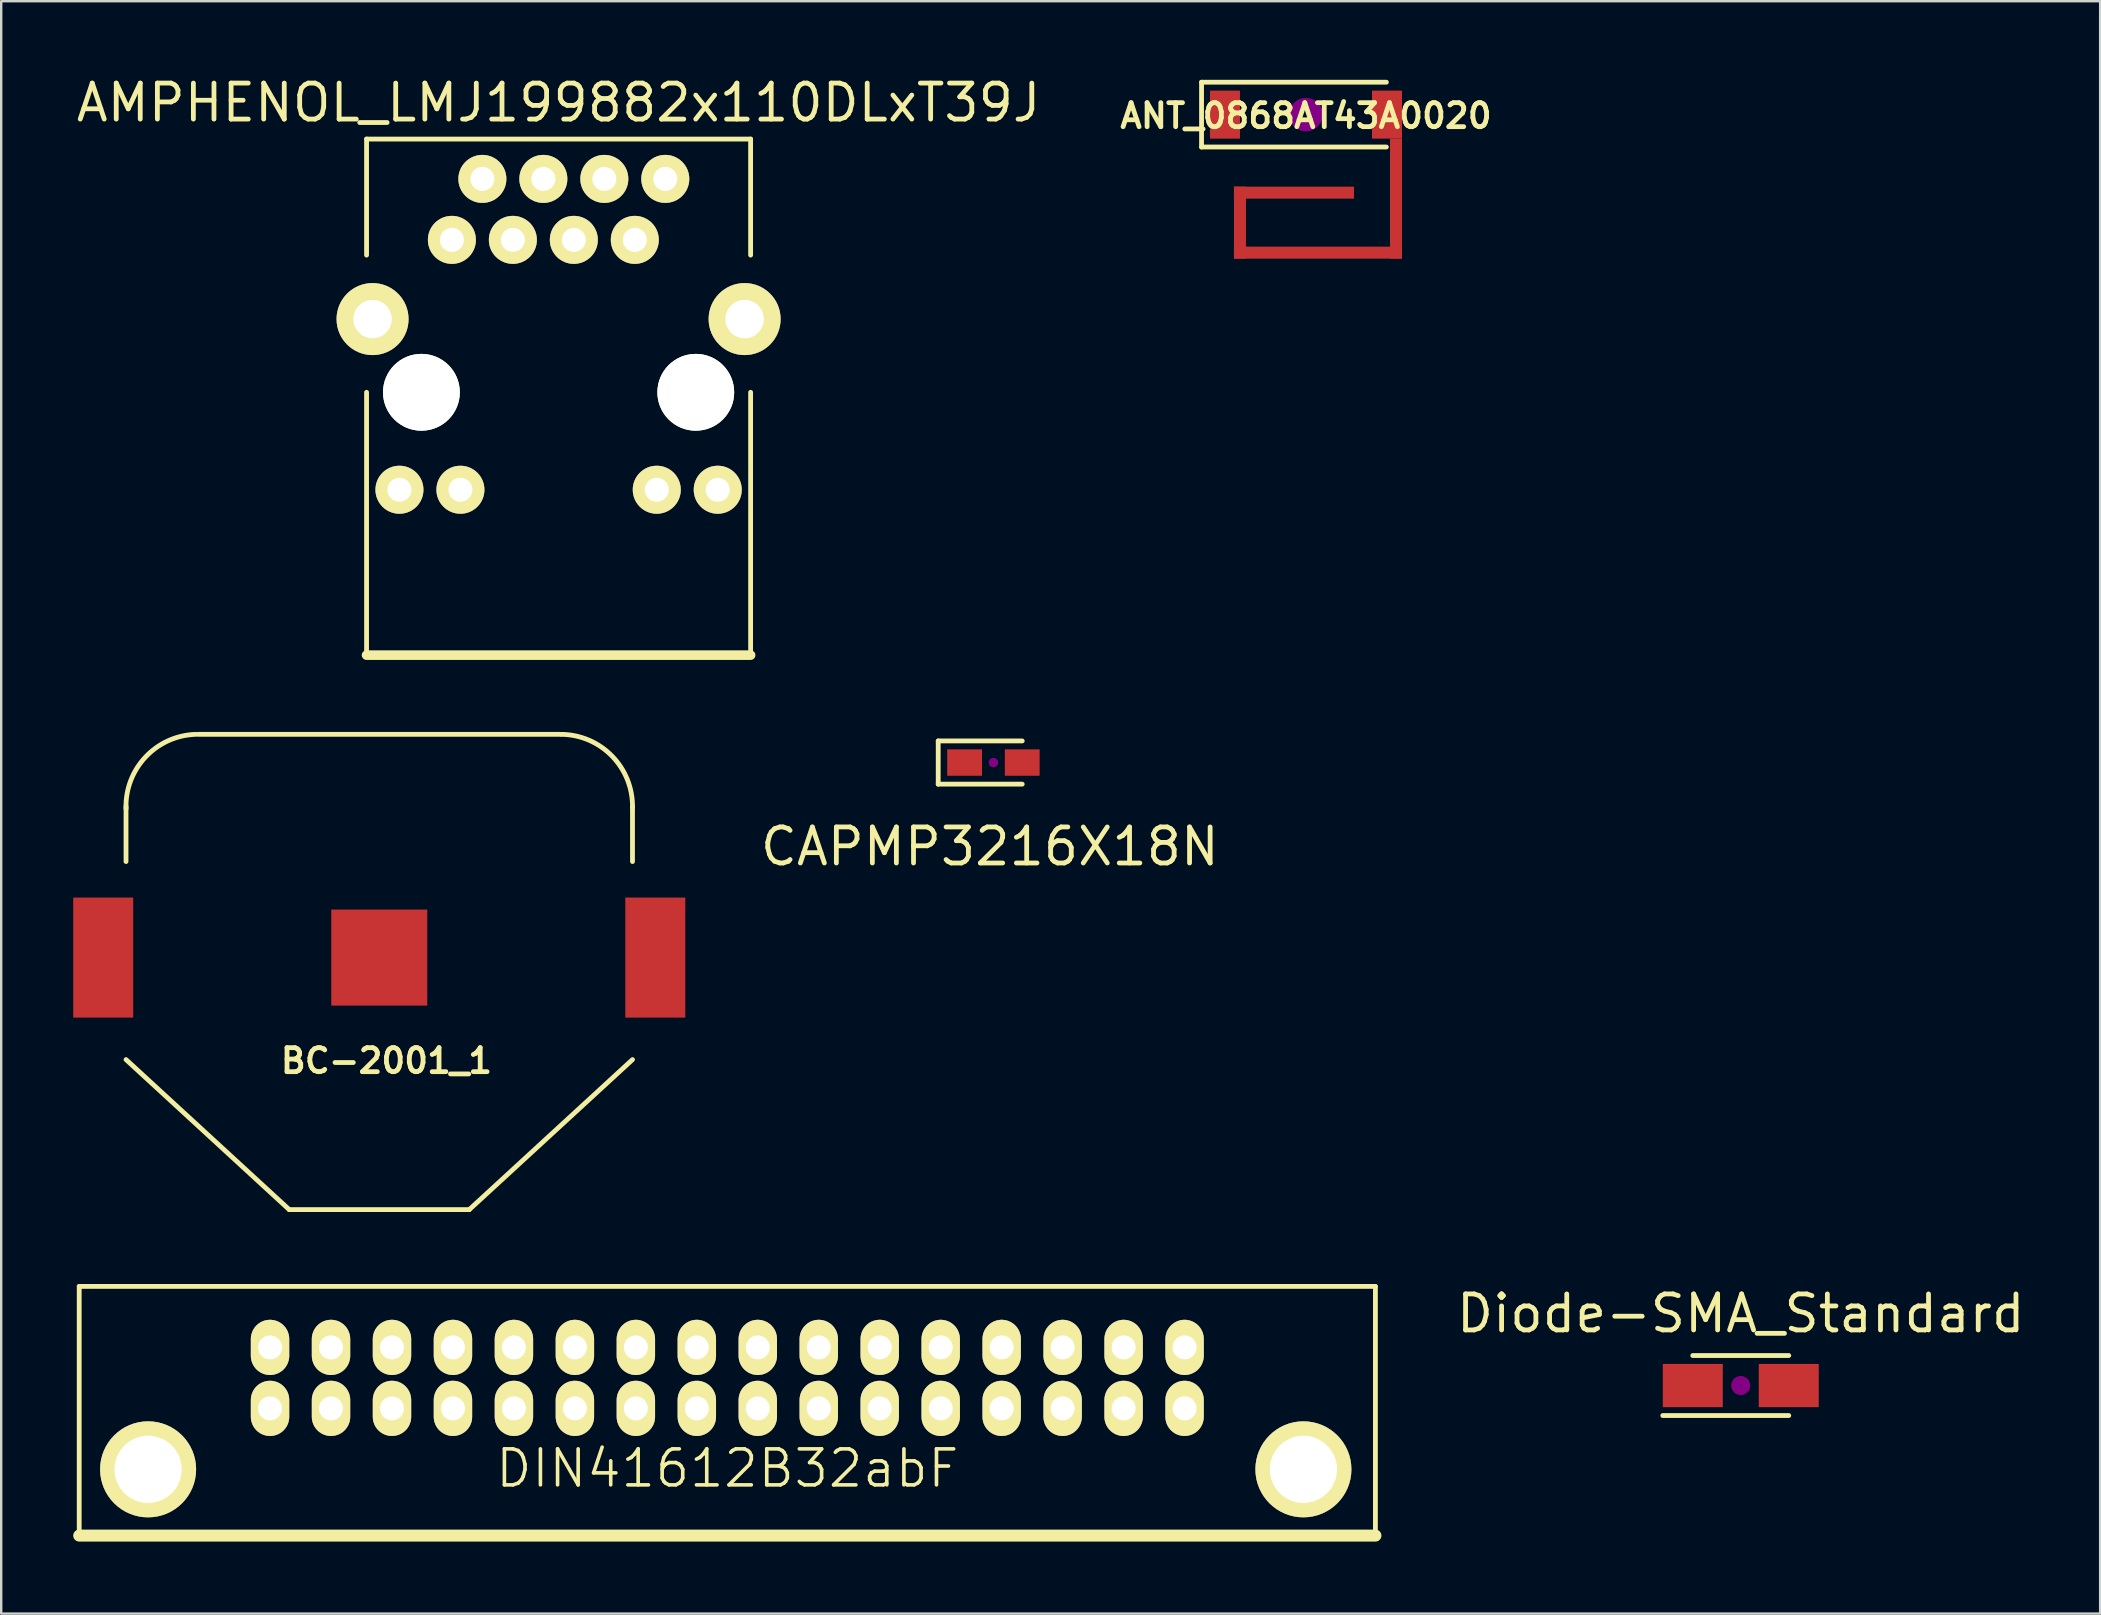
<source format=kicad_pcb>
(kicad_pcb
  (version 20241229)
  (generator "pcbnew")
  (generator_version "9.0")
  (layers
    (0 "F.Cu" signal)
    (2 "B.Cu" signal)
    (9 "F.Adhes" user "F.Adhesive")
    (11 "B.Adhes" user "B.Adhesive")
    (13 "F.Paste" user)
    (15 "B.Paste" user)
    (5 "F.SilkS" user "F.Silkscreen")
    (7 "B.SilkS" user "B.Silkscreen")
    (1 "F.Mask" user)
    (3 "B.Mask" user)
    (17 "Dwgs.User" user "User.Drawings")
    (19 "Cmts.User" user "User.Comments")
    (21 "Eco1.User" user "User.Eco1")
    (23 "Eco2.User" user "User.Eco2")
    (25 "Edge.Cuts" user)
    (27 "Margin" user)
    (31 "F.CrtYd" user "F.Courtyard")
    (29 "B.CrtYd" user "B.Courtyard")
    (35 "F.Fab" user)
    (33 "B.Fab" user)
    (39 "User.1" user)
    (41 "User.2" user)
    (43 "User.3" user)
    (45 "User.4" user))
  (footprint "CAPMP3216X18N"
    (layer "F.Cu")
    (at 38.336 28.718)
    (property "Reference" "CAPMP3216X18N" (at -0.15 3.5 0) (layer "F.SilkS") (effects (font (size 1.5 1.5) (thickness 0.2))))
    (attr through_hole)
    (fp_line (start -2.3 -0.9) (end -2.3 0.9) (stroke (width 0.2) (type solid)) (layer "F.SilkS"))
    (fp_line (start -2.3 0.9) (end 1.2 0.9) (stroke (width 0.2) (type solid)) (layer "F.SilkS"))
    (fp_line (start 1.2 -0.9) (end -2.3 -0.9) (stroke (width 0.2) (type solid)) (layer "F.SilkS"))
    (fp_circle (center 0 0) (end 0.1 0) (stroke (width 0.2) (type solid)) (fill no) (layer "F.Adhes"))
    (fp_line (start -2.65 -1.25) (end 2.65 -1.25) (stroke (width 0.05) (type solid)) (layer "Margin"))
    (fp_line (start -2.65 1.25) (end -2.65 -1.25) (stroke (width 0.05) (type solid)) (layer "Margin"))
    (fp_line (start 2.65 -1.25) (end 2.65 1.25) (stroke (width 0.05) (type solid)) (layer "Margin"))
    (fp_line (start 2.65 1.25) (end -2.65 1.25) (stroke (width 0.05) (type solid)) (layer "Margin"))
    (pad "1" smd rect (at -1.2 0) (size 1.45 1.1) (layers "F.Cu" "F.Mask" "F.Paste"))
    (pad "2" smd rect (at 1.2 0) (size 1.45 1.1) (layers "F.Cu" "F.Mask" "F.Paste")))
  (footprint "BC-2001_1"
    (layer "F.Cu")
    (at 12.75 36.843)
    (property "Reference" "BC-2001_1" (at 0.3 4.3 0) (layer "F.SilkS") (effects (font (size 1 1) (thickness 0.2))))
    (attr through_hole)
    (fp_line (start -10.55 -4) (end -10.55 -6.3) (stroke (width 0.2) (type solid)) (layer "F.SilkS"))
    (fp_line (start -10.55 4.25) (end -3.75 10.5) (stroke (width 0.2) (type solid)) (layer "F.SilkS"))
    (fp_line (start -7.55 -9.3) (end 7.55 -9.3) (stroke (width 0.2) (type solid)) (layer "F.SilkS"))
    (fp_line (start -3.75 10.5) (end 3.75 10.5) (stroke (width 0.2) (type solid)) (layer "F.SilkS"))
    (fp_line (start 3.75 10.5) (end 10.55 4.25) (stroke (width 0.2) (type solid)) (layer "F.SilkS"))
    (fp_line (start 10.55 -6.3) (end 10.55 -4) (stroke (width 0.2) (type solid)) (layer "F.SilkS"))
    (fp_arc (start -10.55 -6.2) (mid -9.742031 -8.35061) (end -7.65 -9.3) (stroke (width 0.2) (type solid)) (layer "F.SilkS"))
    (fp_arc (start 7.6 -9.3) (mid 9.706676 -8.385965) (end 10.55 -6.25) (stroke (width 0.2) (type solid)) (layer "F.SilkS"))
    (pad "1" smd rect (at -11.5 0) (size 2.5 5) (layers "F.Cu" "F.Mask" "F.Paste"))
    (pad "1" smd rect (at 11.5 0) (size 2.5 5) (layers "F.Cu" "F.Mask" "F.Paste"))
    (pad "2" smd rect (at 0 0) (size 4 4) (layers "F.Cu" "F.Mask" "F.Paste")))
  (footprint "ANT_0868AT43A0020"
    (layer "F.Cu")
    (at 51.357 1.725)
    (property "Reference" "ANT_0868AT43A0020" (at 0 0.05 0) (layer "F.SilkS") (effects (font (size 1 1) (thickness 0.2))))
    (attr through_hole)
    (fp_line (start -4.35 -1.35) (end -4.35 1.35) (stroke (width 0.2) (type solid)) (layer "F.SilkS"))
    (fp_line (start -4.35 1.35) (end 3.35 1.35) (stroke (width 0.2) (type solid)) (layer "F.SilkS"))
    (fp_line (start 3.35 -1.35) (end -4.35 -1.35) (stroke (width 0.2) (type solid)) (layer "F.SilkS"))
    (fp_circle (center 0 0) (end 0.2 0) (stroke (width 0.5) (type solid)) (fill no) (layer "F.Adhes"))
    (fp_line (start -4.7 -1.7) (end -4.7 1.7) (stroke (width 0.05) (type solid)) (layer "Margin"))
    (fp_line (start -4.7 -1.7) (end 4.25 -1.7) (stroke (width 0.05) (type solid)) (layer "Margin"))
    (fp_line (start -4.7 1.7) (end 4.25 1.7) (stroke (width 0.05) (type solid)) (layer "Margin"))
    (fp_line (start 4.25 -1.7) (end 4.25 1.7) (stroke (width 0.05) (type solid)) (layer "Margin"))
    (pad "0" smd rect (at -2.75 4.5) (size 0.5 3) (layers "F.Cu" "F.Mask" "F.Paste"))
    (pad "0" smd rect (at -0.5 3.25) (size 5 0.5) (layers "F.Cu" "F.Mask" "F.Paste"))
    (pad "0" smd rect (at 0.5 5.75) (size 7 0.5) (layers "F.Cu" "F.Mask" "F.Paste"))
    (pad "0" smd rect (at 3.375 0) (size 1.25 2) (layers "F.Cu" "F.Mask" "F.Paste"))
    (pad "0" smd rect (at 3.75 3.5) (size 0.5 5) (layers "F.Cu" "F.Mask" "F.Paste"))
    (pad "1" smd rect (at -3.375 0) (size 1.25 2) (layers "F.Cu" "F.Mask" "F.Paste")))
  (footprint "AMPHENOL_LMJ199882x110DLxT39J"
    (layer "F.Cu")
    (at 20.221 13.293)
    (property "Reference" "AMPHENOL_LMJ199882x110DLxT39J" (at 0 -12.065 0) (layer "F.SilkS") (effects (font (size 1.5 1.5) (thickness 0.2))))
    (attr through_hole)
    (fp_line (start -8 -10.55) (end -8 -5.715) (stroke (width 0.2) (type solid)) (layer "F.SilkS"))
    (fp_line (start -8 -10.55) (end 8 -10.55) (stroke (width 0.2) (type solid)) (layer "F.SilkS"))
    (fp_line (start -8 10.95) (end -8 0) (stroke (width 0.2) (type solid)) (layer "F.SilkS"))
    (fp_line (start 8 -10.55) (end 8 -5.715) (stroke (width 0.2) (type solid)) (layer "F.SilkS"))
    (fp_line (start 8 0) (end 8 10.95) (stroke (width 0.2) (type solid)) (layer "F.SilkS"))
    (fp_line (start 8 10.95) (end -8 10.95) (stroke (width 0.4) (type solid)) (layer "F.SilkS"))
    (pad "" np_thru_hole circle (at -5.715 0) (size 3.2 3.2) (drill 3.2) (layers "*.Cu" "*.Mask" "F.SilkS"))
    (pad "" np_thru_hole circle (at 5.715 0) (size 3.2 3.2) (drill 3.2) (layers "*.Cu" "*.Mask" "F.SilkS"))
    (pad "1" thru_hole circle (at -4.445 -6.35) (size 2 2) (drill 1) (layers "*.Cu" "*.Mask" "F.SilkS"))
    (pad "2" thru_hole circle (at -3.175 -8.89) (size 2 2) (drill 1) (layers "*.Cu" "*.Mask" "F.SilkS"))
    (pad "3" thru_hole circle (at -1.905 -6.35) (size 2 2) (drill 1) (layers "*.Cu" "*.Mask" "F.SilkS"))
    (pad "4" thru_hole circle (at -0.635 -8.89) (size 2 2) (drill 1) (layers "*.Cu" "*.Mask" "F.SilkS"))
    (pad "5" thru_hole circle (at 0.635 -6.35) (size 2 2) (drill 1) (layers "*.Cu" "*.Mask" "F.SilkS"))
    (pad "6" thru_hole circle (at 1.905 -8.89) (size 2 2) (drill 1) (layers "*.Cu" "*.Mask" "F.SilkS"))
    (pad "7" thru_hole circle (at 3.175 -6.35) (size 2 2) (drill 1) (layers "*.Cu" "*.Mask" "F.SilkS"))
    (pad "8" thru_hole circle (at -7.75 -3.05) (size 3 3) (drill 1.6) (layers "*.Cu" "*.Mask" "F.SilkS"))
    (pad "8" thru_hole circle (at 4.445 -8.89) (size 2 2) (drill 1) (layers "*.Cu" "*.Mask" "F.SilkS"))
    (pad "8" thru_hole circle (at 7.75 -3.05) (size 3 3) (drill 1.6) (layers "*.Cu" "*.Mask" "F.SilkS"))
    (pad "9" thru_hole circle (at -6.63 4.06) (size 2 2) (drill 1) (layers "*.Cu" "*.Mask" "F.SilkS"))
    (pad "10" thru_hole circle (at -4.09 4.06) (size 2 2) (drill 1) (layers "*.Cu" "*.Mask" "F.SilkS"))
    (pad "11" thru_hole circle (at 4.09 4.06) (size 2 2) (drill 1) (layers "*.Cu" "*.Mask" "F.SilkS"))
    (pad "12" thru_hole circle (at 6.63 4.06) (size 2 2) (drill 1) (layers "*.Cu" "*.Mask" "F.SilkS")))
  (footprint "DIN41612B32abF"
    (layer "F.Cu")
    (at 27.25 55.623)
    (property "Reference" "DIN41612B32abF" (at 0 2.5 0) (layer "F.SilkS") (effects (font (size 1.5 1.5) (thickness 0.15))))
    (attr through_hole)
    (fp_line (start -27 -5.08) (end -27 5.3) (stroke (width 0.2) (type solid)) (layer "F.SilkS"))
    (fp_line (start -27 -5.08) (end 27 -5.08) (stroke (width 0.2) (type solid)) (layer "F.SilkS"))
    (fp_line (start -27 5.3) (end 27 5.3) (stroke (width 0.5) (type solid)) (layer "F.SilkS"))
    (fp_line (start 27 -5.08) (end 27 5.3) (stroke (width 0.2) (type solid)) (layer "F.SilkS"))
    (pad "" np_thru_hole circle (at -24.13 2.54) (size 4 4) (drill 2.8) (layers "*.Cu" "*.Mask" "F.SilkS"))
    (pad "" np_thru_hole circle (at 24 2.54) (size 4 4) (drill 2.8) (layers "*.Cu" "*.Mask" "F.SilkS"))
    (pad "A1" thru_hole oval (at 19.05 0) (size 1.6 2.3) (drill 1) (layers "*.Cu" "*.Mask" "F.SilkS"))
    (pad "A2" thru_hole oval (at 16.51 0) (size 1.6 2.3) (drill 1) (layers "*.Cu" "*.Mask" "F.SilkS"))
    (pad "A3" thru_hole oval (at 13.97 0) (size 1.6 2.3) (drill 1) (layers "*.Cu" "*.Mask" "F.SilkS"))
    (pad "A4" thru_hole oval (at 11.43 0) (size 1.6 2.3) (drill 1) (layers "*.Cu" "*.Mask" "F.SilkS"))
    (pad "A5" thru_hole oval (at 8.89 0) (size 1.6 2.3) (drill 1) (layers "*.Cu" "*.Mask" "F.SilkS"))
    (pad "A6" thru_hole oval (at 6.35 0) (size 1.6 2.3) (drill 1) (layers "*.Cu" "*.Mask" "F.SilkS"))
    (pad "A7" thru_hole oval (at 3.81 0) (size 1.6 2.3) (drill 1) (layers "*.Cu" "*.Mask" "F.SilkS"))
    (pad "A8" thru_hole oval (at 1.27 0) (size 1.6 2.3) (drill 1) (layers "*.Cu" "*.Mask" "F.SilkS"))
    (pad "A9" thru_hole oval (at -1.27 0) (size 1.6 2.3) (drill 1) (layers "*.Cu" "*.Mask" "F.SilkS"))
    (pad "A10" thru_hole oval (at -3.81 0) (size 1.6 2.3) (drill 1) (layers "*.Cu" "*.Mask" "F.SilkS"))
    (pad "A11" thru_hole oval (at -6.35 0) (size 1.6 2.3) (drill 1) (layers "*.Cu" "*.Mask" "F.SilkS"))
    (pad "A12" thru_hole oval (at -8.89 0) (size 1.6 2.3) (drill 1) (layers "*.Cu" "*.Mask" "F.SilkS"))
    (pad "A13" thru_hole oval (at -11.43 0) (size 1.6 2.3) (drill 1) (layers "*.Cu" "*.Mask" "F.SilkS"))
    (pad "A14" thru_hole oval (at -13.97 0) (size 1.6 2.3) (drill 1) (layers "*.Cu" "*.Mask" "F.SilkS"))
    (pad "A15" thru_hole oval (at -16.51 0) (size 1.6 2.3) (drill 1) (layers "*.Cu" "*.Mask" "F.SilkS"))
    (pad "A16" thru_hole oval (at -19.05 0) (size 1.6 2.3) (drill 1) (layers "*.Cu" "*.Mask" "F.SilkS"))
    (pad "B1" thru_hole oval (at 19.05 -2.54) (size 1.6 2.3) (drill 1) (layers "*.Cu" "*.Mask" "F.SilkS"))
    (pad "B2" thru_hole oval (at 16.51 -2.54) (size 1.6 2.3) (drill 1) (layers "*.Cu" "*.Mask" "F.SilkS"))
    (pad "B3" thru_hole oval (at 13.97 -2.54) (size 1.6 2.3) (drill 1) (layers "*.Cu" "*.Mask" "F.SilkS"))
    (pad "B4" thru_hole oval (at 11.43 -2.54) (size 1.6 2.3) (drill 1) (layers "*.Cu" "*.Mask" "F.SilkS"))
    (pad "B5" thru_hole oval (at 8.89 -2.54) (size 1.6 2.3) (drill 1) (layers "*.Cu" "*.Mask" "F.SilkS"))
    (pad "B6" thru_hole oval (at 6.35 -2.54) (size 1.6 2.3) (drill 1) (layers "*.Cu" "*.Mask" "F.SilkS"))
    (pad "B7" thru_hole oval (at 3.81 -2.54) (size 1.6 2.3) (drill 1) (layers "*.Cu" "*.Mask" "F.SilkS"))
    (pad "B8" thru_hole oval (at 1.27 -2.54) (size 1.6 2.3) (drill 1) (layers "*.Cu" "*.Mask" "F.SilkS"))
    (pad "B9" thru_hole oval (at -1.27 -2.54) (size 1.6 2.3) (drill 1) (layers "*.Cu" "*.Mask" "F.SilkS"))
    (pad "B10" thru_hole oval (at -3.81 -2.54) (size 1.6 2.3) (drill 1) (layers "*.Cu" "*.Mask" "F.SilkS"))
    (pad "B11" thru_hole oval (at -6.35 -2.54) (size 1.6 2.3) (drill 1) (layers "*.Cu" "*.Mask" "F.SilkS"))
    (pad "B12" thru_hole oval (at -8.89 -2.54) (size 1.6 2.3) (drill 1) (layers "*.Cu" "*.Mask" "F.SilkS"))
    (pad "B13" thru_hole oval (at -11.43 -2.54) (size 1.6 2.3) (drill 1) (layers "*.Cu" "*.Mask" "F.SilkS"))
    (pad "B14" thru_hole oval (at -13.97 -2.54) (size 1.6 2.3) (drill 1) (layers "*.Cu" "*.Mask" "F.SilkS"))
    (pad "B15" thru_hole oval (at -16.51 -2.54) (size 1.6 2.3) (drill 1) (layers "*.Cu" "*.Mask" "F.SilkS"))
    (pad "B16" thru_hole oval (at -19.05 -2.54) (size 1.6 2.3) (drill 1) (layers "*.Cu" "*.Mask" "F.SilkS")))
  (footprint "Diode-SMA_Standard"
    (layer "F.Cu")
    (at 69.471 54.672)
    (property "Reference" "Diode-SMA_Standard" (at 0 -3 0) (layer "F.SilkS") (effects (font (size 1.5 1.5) (thickness 0.2))))
    (attr smd)
    (fp_line (start 2 -1.25) (end -2 -1.25) (stroke (width 0.2) (type solid)) (layer "F.SilkS"))
    (fp_line (start 2 1.25) (end -3.25 1.25) (stroke (width 0.2) (type solid)) (layer "F.SilkS"))
    (fp_circle (center 0 0) (end 0.201 -0.051) (stroke (width 0.381) (type solid)) (fill no) (layer "F.Adhes"))
    (pad "1" smd rect (at -1.999 0) (size 2.499 1.801) (layers "F.Cu" "F.Mask" "F.Paste"))
    (pad "2" smd rect (at 1.999 0) (size 2.499 1.801) (layers "F.Cu" "F.Mask" "F.Paste")))
  (gr_rect
    (start -3 -3)
    (end 84.443 64.174)
    (stroke (width 0.1) (type default))
    (fill no)
    (layer "Edge.Cuts")))
</source>
